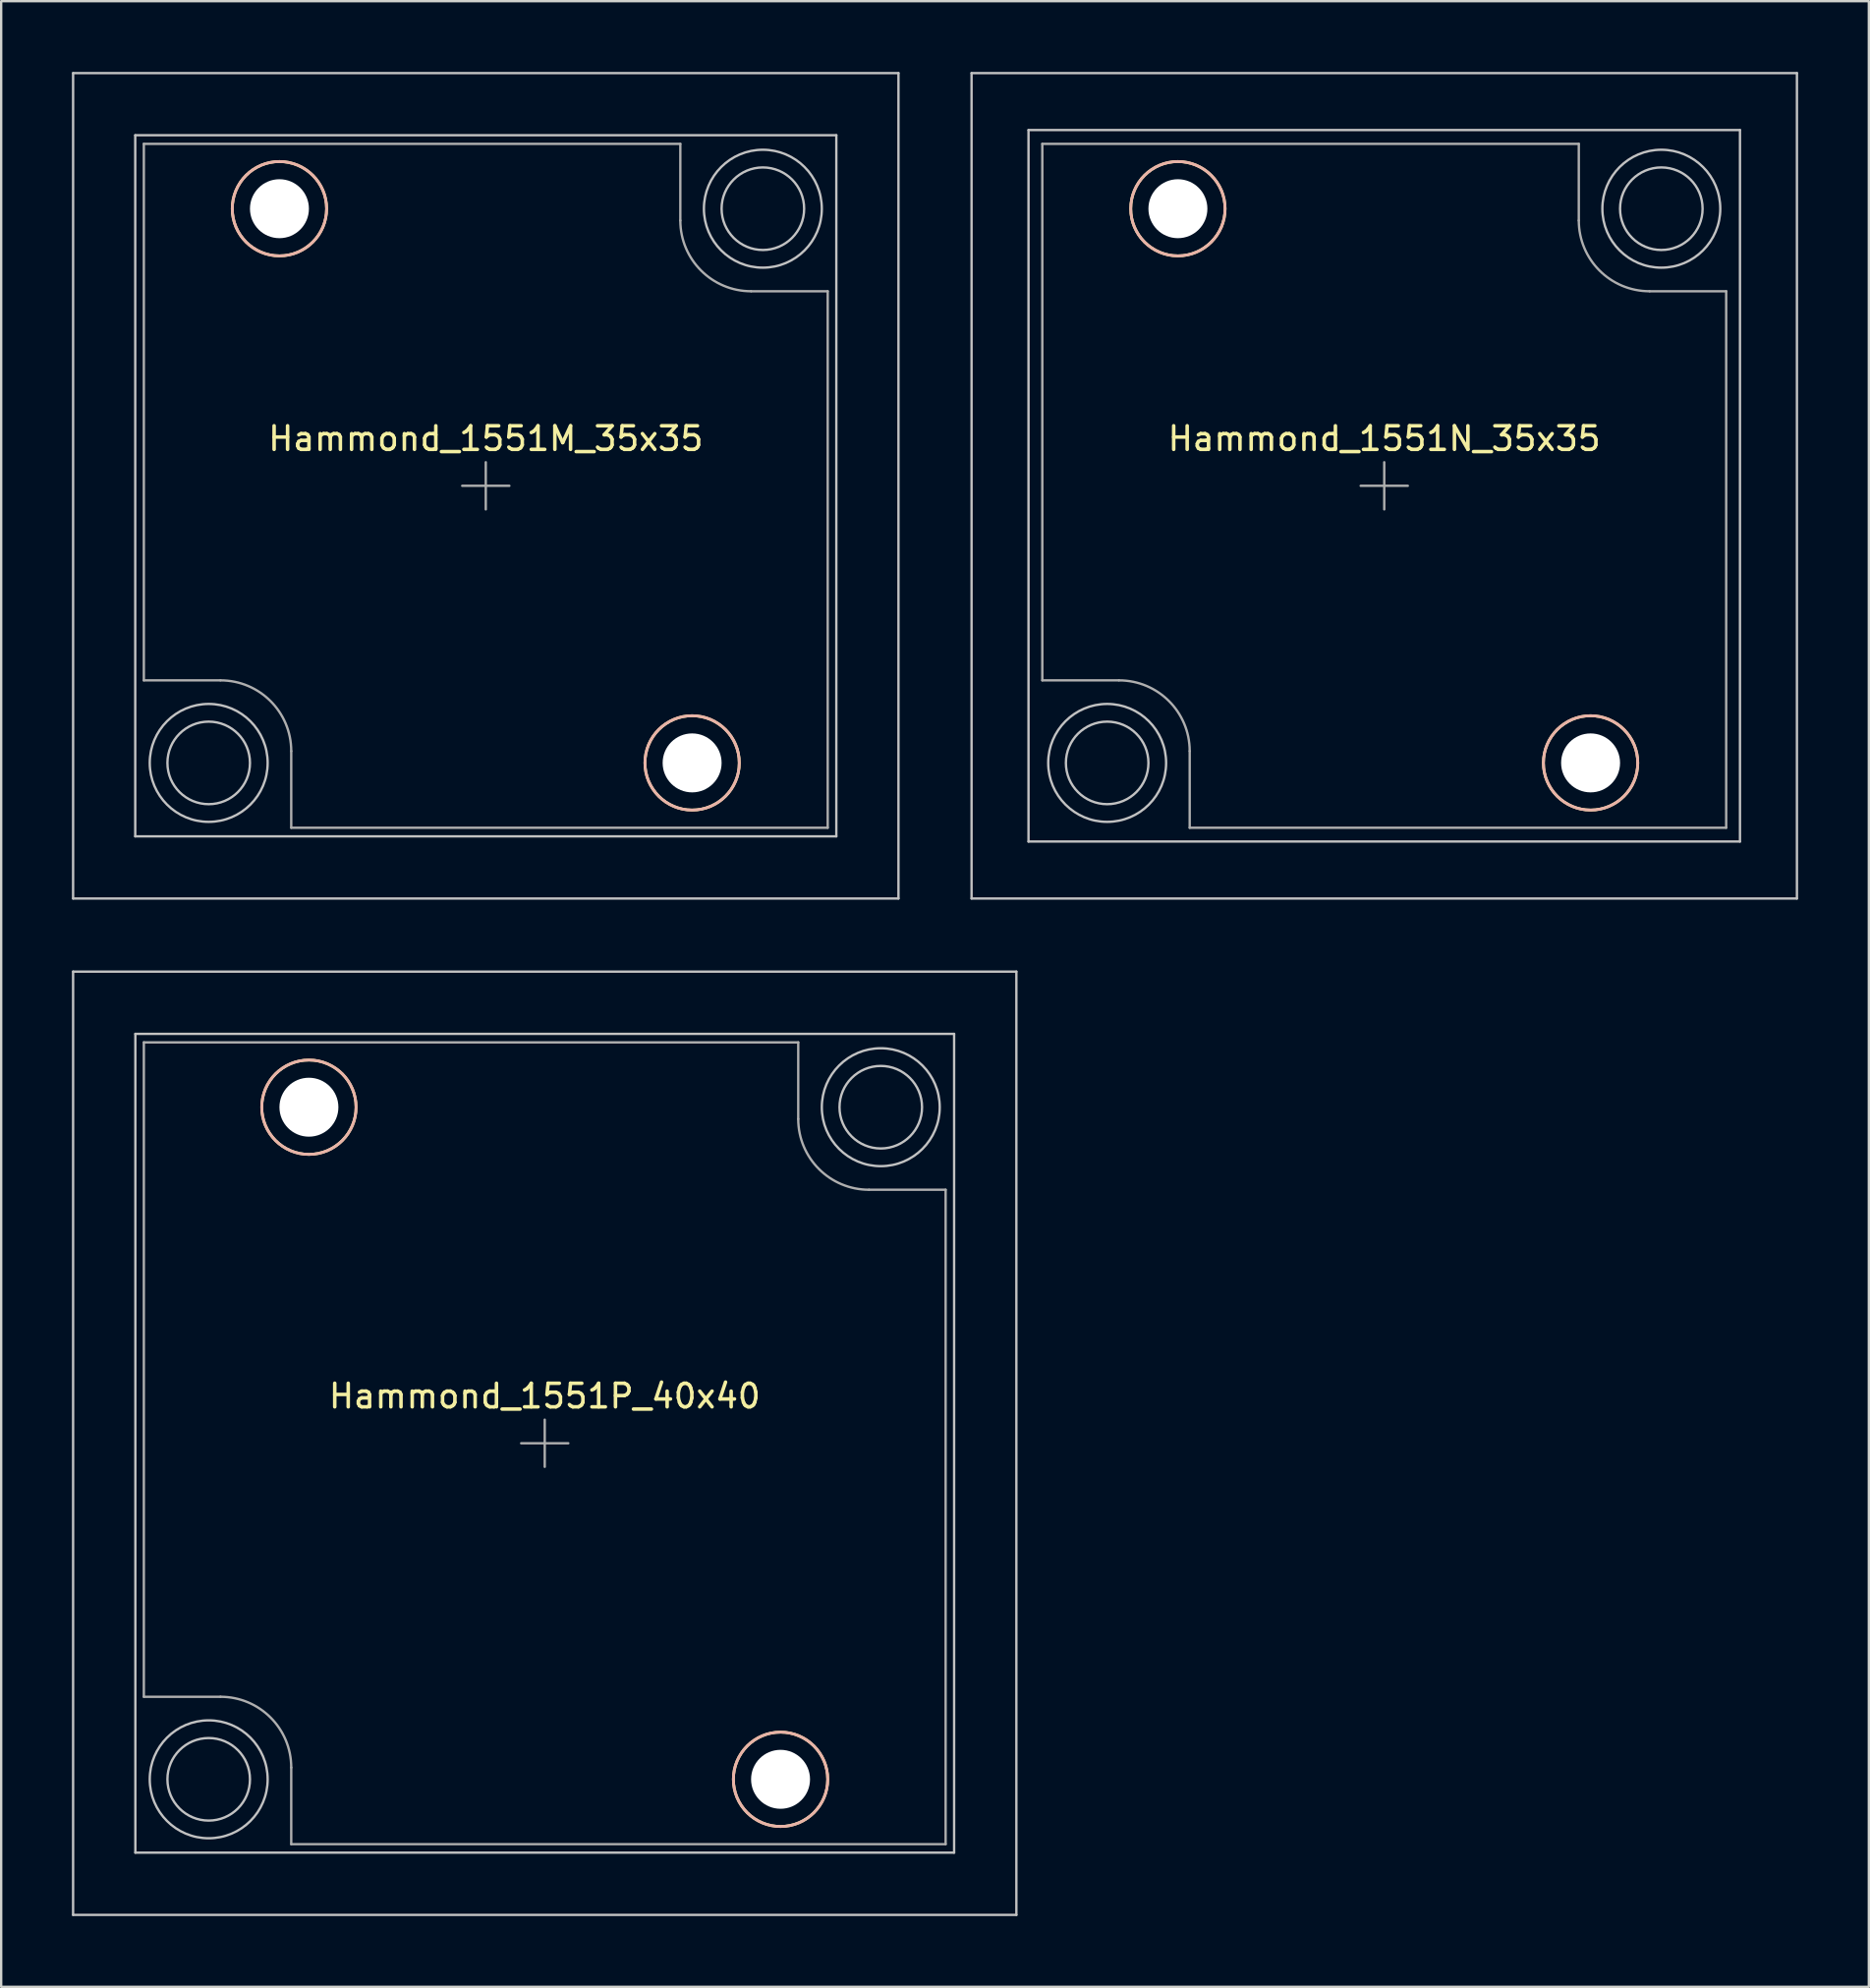
<source format=kicad_pcb>
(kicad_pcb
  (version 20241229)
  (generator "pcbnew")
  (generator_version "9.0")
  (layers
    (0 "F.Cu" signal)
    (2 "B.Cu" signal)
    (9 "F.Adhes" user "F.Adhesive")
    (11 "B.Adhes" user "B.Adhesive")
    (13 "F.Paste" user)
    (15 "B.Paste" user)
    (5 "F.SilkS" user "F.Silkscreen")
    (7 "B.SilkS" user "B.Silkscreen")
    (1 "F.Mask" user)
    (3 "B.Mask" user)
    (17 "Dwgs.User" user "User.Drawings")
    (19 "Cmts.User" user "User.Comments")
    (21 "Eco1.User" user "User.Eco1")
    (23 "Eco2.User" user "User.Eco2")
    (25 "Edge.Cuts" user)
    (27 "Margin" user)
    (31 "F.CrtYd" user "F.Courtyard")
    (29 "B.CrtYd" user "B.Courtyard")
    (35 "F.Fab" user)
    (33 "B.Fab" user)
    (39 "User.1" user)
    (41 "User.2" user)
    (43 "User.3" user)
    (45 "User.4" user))
  (footprint "Hammond_1551M_35x35"
    (layer "F.Cu")
    (at 17.55 17.55)
    (property "Reference" "Hammond_1551M_35x35" (at 0 -2 0) (layer "F.SilkS") (effects (font (size 1 1) (thickness 0.15))))
    (attr exclude_from_pos_files exclude_from_bom)
    (fp_circle (center -8.75 -11.75) (end -6.75 -11.75) (stroke (width 0.12) (type solid)) (fill no) (layer "F.SilkS"))
    (fp_circle (center 8.75 11.75) (end 10.75 11.75) (stroke (width 0.12) (type solid)) (fill no) (layer "F.SilkS"))
    (fp_circle (center -8.75 -11.75) (end -6.75 -11.75) (stroke (width 0.12) (type solid)) (fill no) (layer "B.SilkS"))
    (fp_circle (center 8.75 11.75) (end 10.75 11.75) (stroke (width 0.12) (type solid)) (fill no) (layer "B.SilkS"))
    (fp_line (start -17.5 -17.5) (end -17.5 17.5) (stroke (width 0.1) (type solid)) (layer "Dwgs.User"))
    (fp_line (start -17.5 17.5) (end 17.5 17.5) (stroke (width 0.1) (type solid)) (layer "Dwgs.User"))
    (fp_line (start -14.865 -14.865) (end -14.865 14.865) (stroke (width 0.1) (type solid)) (layer "Dwgs.User"))
    (fp_line (start -14.865 14.865) (end 14.865 14.865) (stroke (width 0.1) (type solid)) (layer "Dwgs.User"))
    (fp_line (start 14.865 -14.865) (end -14.865 -14.865) (stroke (width 0.1) (type solid)) (layer "Dwgs.User"))
    (fp_line (start 14.865 14.865) (end 14.865 -14.865) (stroke (width 0.1) (type solid)) (layer "Dwgs.User"))
    (fp_line (start 17.5 -17.5) (end -17.5 -17.5) (stroke (width 0.1) (type solid)) (layer "Dwgs.User"))
    (fp_line (start 17.5 17.5) (end 17.5 -17.5) (stroke (width 0.1) (type solid)) (layer "Dwgs.User"))
    (fp_circle (center -11.75 11.75) (end -10 11.75) (stroke (width 0.1) (type solid)) (fill no) (layer "Dwgs.User"))
    (fp_circle (center -11.75 11.75) (end -9.25 11.75) (stroke (width 0.1) (type solid)) (fill no) (layer "Dwgs.User"))
    (fp_circle (center 11.75 -11.75) (end 13.5 -11.75) (stroke (width 0.1) (type solid)) (fill no) (layer "Dwgs.User"))
    (fp_circle (center 11.75 -11.75) (end 14.25 -11.75) (stroke (width 0.1) (type solid)) (fill no) (layer "Dwgs.User"))
    (fp_line (start -14.5 -14.5) (end 8.25 -14.5) (stroke (width 0.1) (type solid)) (layer "F.Fab"))
    (fp_line (start -14.5 8.25) (end -14.5 -14.5) (stroke (width 0.1) (type solid)) (layer "F.Fab"))
    (fp_line (start -11.25 8.25) (end -14.5 8.25) (stroke (width 0.1) (type solid)) (layer "F.Fab"))
    (fp_line (start -8.25 14.5) (end -8.25 11.25) (stroke (width 0.1) (type solid)) (layer "F.Fab"))
    (fp_line (start -1 0) (end 1 0) (stroke (width 0.1) (type solid)) (layer "F.Fab"))
    (fp_line (start 0 -1) (end 0 1) (stroke (width 0.1) (type solid)) (layer "F.Fab"))
    (fp_line (start 8.25 -14.5) (end 8.25 -11.25) (stroke (width 0.1) (type solid)) (layer "F.Fab"))
    (fp_line (start 11.25 -8.25) (end 14.5 -8.25) (stroke (width 0.1) (type solid)) (layer "F.Fab"))
    (fp_line (start 14.5 -8.25) (end 14.5 14.5) (stroke (width 0.1) (type solid)) (layer "F.Fab"))
    (fp_line (start 14.5 14.5) (end -8.25 14.5) (stroke (width 0.1) (type solid)) (layer "F.Fab"))
    (fp_arc (start -11.25 8.25) (mid -9.12868 9.12868) (end -8.25 11.25) (stroke (width 0.1) (type solid)) (layer "F.Fab"))
    (fp_arc (start 11.25 -8.25) (mid 9.12868 -9.12868) (end 8.25 -11.25) (stroke (width 0.1) (type solid)) (layer "F.Fab"))
    (pad "" np_thru_hole circle (at -8.75 -11.75) (size 2.5 2.5) (drill 2.5) (layers "*.Cu" "*.Mask"))
    (pad "" np_thru_hole circle (at 8.75 11.75) (size 2.5 2.5) (drill 2.5) (layers "*.Cu" "*.Mask")))
  (footprint "Hammond_1551N_35x35"
    (layer "F.Cu")
    (at 55.65 17.55)
    (property "Reference" "Hammond_1551N_35x35" (at 0 -2 0) (layer "F.SilkS") (effects (font (size 1 1) (thickness 0.15))))
    (attr exclude_from_pos_files exclude_from_bom)
    (fp_circle (center -8.75 -11.75) (end -6.75 -11.75) (stroke (width 0.12) (type solid)) (fill no) (layer "F.SilkS"))
    (fp_circle (center 8.75 11.75) (end 10.75 11.75) (stroke (width 0.12) (type solid)) (fill no) (layer "F.SilkS"))
    (fp_circle (center -8.75 -11.75) (end -6.75 -11.75) (stroke (width 0.12) (type solid)) (fill no) (layer "B.SilkS"))
    (fp_circle (center 8.75 11.75) (end 10.75 11.75) (stroke (width 0.12) (type solid)) (fill no) (layer "B.SilkS"))
    (fp_line (start -17.5 -17.5) (end -17.5 17.5) (stroke (width 0.1) (type solid)) (layer "Dwgs.User"))
    (fp_line (start -17.5 17.5) (end 17.5 17.5) (stroke (width 0.1) (type solid)) (layer "Dwgs.User"))
    (fp_line (start -15.085 -15.085) (end -15.085 15.085) (stroke (width 0.1) (type solid)) (layer "Dwgs.User"))
    (fp_line (start -15.085 15.085) (end 15.085 15.085) (stroke (width 0.1) (type solid)) (layer "Dwgs.User"))
    (fp_line (start 15.085 -15.085) (end -15.085 -15.085) (stroke (width 0.1) (type solid)) (layer "Dwgs.User"))
    (fp_line (start 15.085 15.085) (end 15.085 -15.085) (stroke (width 0.1) (type solid)) (layer "Dwgs.User"))
    (fp_line (start 17.5 -17.5) (end -17.5 -17.5) (stroke (width 0.1) (type solid)) (layer "Dwgs.User"))
    (fp_line (start 17.5 17.5) (end 17.5 -17.5) (stroke (width 0.1) (type solid)) (layer "Dwgs.User"))
    (fp_circle (center -11.75 11.75) (end -10 11.75) (stroke (width 0.1) (type solid)) (fill no) (layer "Dwgs.User"))
    (fp_circle (center -11.75 11.75) (end -9.25 11.75) (stroke (width 0.1) (type solid)) (fill no) (layer "Dwgs.User"))
    (fp_circle (center 11.75 -11.75) (end 13.5 -11.75) (stroke (width 0.1) (type solid)) (fill no) (layer "Dwgs.User"))
    (fp_circle (center 11.75 -11.75) (end 14.25 -11.75) (stroke (width 0.1) (type solid)) (fill no) (layer "Dwgs.User"))
    (fp_line (start -14.5 -14.5) (end 8.25 -14.5) (stroke (width 0.1) (type solid)) (layer "F.Fab"))
    (fp_line (start -14.5 8.25) (end -14.5 -14.5) (stroke (width 0.1) (type solid)) (layer "F.Fab"))
    (fp_line (start -11.25 8.25) (end -14.5 8.25) (stroke (width 0.1) (type solid)) (layer "F.Fab"))
    (fp_line (start -8.25 14.5) (end -8.25 11.25) (stroke (width 0.1) (type solid)) (layer "F.Fab"))
    (fp_line (start -1 0) (end 1 0) (stroke (width 0.1) (type solid)) (layer "F.Fab"))
    (fp_line (start 0 -1) (end 0 1) (stroke (width 0.1) (type solid)) (layer "F.Fab"))
    (fp_line (start 8.25 -14.5) (end 8.25 -11.25) (stroke (width 0.1) (type solid)) (layer "F.Fab"))
    (fp_line (start 11.25 -8.25) (end 14.5 -8.25) (stroke (width 0.1) (type solid)) (layer "F.Fab"))
    (fp_line (start 14.5 -8.25) (end 14.5 14.5) (stroke (width 0.1) (type solid)) (layer "F.Fab"))
    (fp_line (start 14.5 14.5) (end -8.25 14.5) (stroke (width 0.1) (type solid)) (layer "F.Fab"))
    (fp_arc (start -11.25 8.25) (mid -9.12868 9.12868) (end -8.25 11.25) (stroke (width 0.1) (type solid)) (layer "F.Fab"))
    (fp_arc (start 11.25 -8.25) (mid 9.12868 -9.12868) (end 8.25 -11.25) (stroke (width 0.1) (type solid)) (layer "F.Fab"))
    (pad "" np_thru_hole circle (at -8.75 -11.75) (size 2.5 2.5) (drill 2.5) (layers "*.Cu" "*.Mask"))
    (pad "" np_thru_hole circle (at 8.75 11.75) (size 2.5 2.5) (drill 2.5) (layers "*.Cu" "*.Mask")))
  (footprint "Hammond_1551P_40x40"
    (layer "F.Cu")
    (at 20.05 58.15)
    (property "Reference" "Hammond_1551P_40x40" (at 0 -2 0) (layer "F.SilkS") (effects (font (size 1 1) (thickness 0.15))))
    (attr exclude_from_pos_files exclude_from_bom)
    (fp_circle (center -10 -14.25) (end -8 -14.25) (stroke (width 0.12) (type solid)) (fill no) (layer "F.SilkS"))
    (fp_circle (center 10 14.25) (end 12 14.25) (stroke (width 0.12) (type solid)) (fill no) (layer "F.SilkS"))
    (fp_circle (center -10 -14.25) (end -8 -14.25) (stroke (width 0.12) (type solid)) (fill no) (layer "B.SilkS"))
    (fp_circle (center 10 14.25) (end 12 14.25) (stroke (width 0.12) (type solid)) (fill no) (layer "B.SilkS"))
    (fp_line (start -20 -20) (end -20 20) (stroke (width 0.1) (type solid)) (layer "Dwgs.User"))
    (fp_line (start -20 20) (end 20 20) (stroke (width 0.1) (type solid)) (layer "Dwgs.User"))
    (fp_line (start -17.36 -17.36) (end -17.36 17.36) (stroke (width 0.1) (type solid)) (layer "Dwgs.User"))
    (fp_line (start -17.36 17.36) (end 17.36 17.36) (stroke (width 0.1) (type solid)) (layer "Dwgs.User"))
    (fp_line (start 17.36 -17.36) (end -17.36 -17.36) (stroke (width 0.1) (type solid)) (layer "Dwgs.User"))
    (fp_line (start 17.36 17.36) (end 17.36 -17.36) (stroke (width 0.1) (type solid)) (layer "Dwgs.User"))
    (fp_line (start 20 -20) (end -20 -20) (stroke (width 0.1) (type solid)) (layer "Dwgs.User"))
    (fp_line (start 20 20) (end 20 -20) (stroke (width 0.1) (type solid)) (layer "Dwgs.User"))
    (fp_circle (center -14.25 14.25) (end -12.5 14.25) (stroke (width 0.1) (type solid)) (fill no) (layer "Dwgs.User"))
    (fp_circle (center -14.25 14.25) (end -11.75 14.25) (stroke (width 0.1) (type solid)) (fill no) (layer "Dwgs.User"))
    (fp_circle (center 14.25 -14.25) (end 16 -14.25) (stroke (width 0.1) (type solid)) (fill no) (layer "Dwgs.User"))
    (fp_circle (center 14.25 -14.25) (end 16.75 -14.25) (stroke (width 0.1) (type solid)) (fill no) (layer "Dwgs.User"))
    (fp_line (start -17 -17) (end 10.75 -17) (stroke (width 0.1) (type solid)) (layer "F.Fab"))
    (fp_line (start -17 10.75) (end -17 -17) (stroke (width 0.1) (type solid)) (layer "F.Fab"))
    (fp_line (start -13.75 10.75) (end -17 10.75) (stroke (width 0.1) (type solid)) (layer "F.Fab"))
    (fp_line (start -10.75 17) (end -10.75 13.75) (stroke (width 0.1) (type solid)) (layer "F.Fab"))
    (fp_line (start -1 0) (end 1 0) (stroke (width 0.1) (type solid)) (layer "F.Fab"))
    (fp_line (start 0 -1) (end 0 1) (stroke (width 0.1) (type solid)) (layer "F.Fab"))
    (fp_line (start 10.75 -17) (end 10.75 -13.75) (stroke (width 0.1) (type solid)) (layer "F.Fab"))
    (fp_line (start 13.75 -10.75) (end 17 -10.75) (stroke (width 0.1) (type solid)) (layer "F.Fab"))
    (fp_line (start 17 -10.75) (end 17 17) (stroke (width 0.1) (type solid)) (layer "F.Fab"))
    (fp_line (start 17 17) (end -10.75 17) (stroke (width 0.1) (type solid)) (layer "F.Fab"))
    (fp_arc (start -13.75 10.75) (mid -11.62868 11.62868) (end -10.75 13.75) (stroke (width 0.1) (type solid)) (layer "F.Fab"))
    (fp_arc (start 13.75 -10.75) (mid 11.62868 -11.62868) (end 10.75 -13.75) (stroke (width 0.1) (type solid)) (layer "F.Fab"))
    (pad "" np_thru_hole circle (at -10 -14.25) (size 2.5 2.5) (drill 2.5) (layers "*.Cu" "*.Mask"))
    (pad "" np_thru_hole circle (at 10 14.25) (size 2.5 2.5) (drill 2.5) (layers "*.Cu" "*.Mask")))
  (gr_rect
    (start -3 -3)
    (end 76.2 81.2)
    (stroke (width 0.1) (type default))
    (fill no)
    (layer "Edge.Cuts")))
</source>
